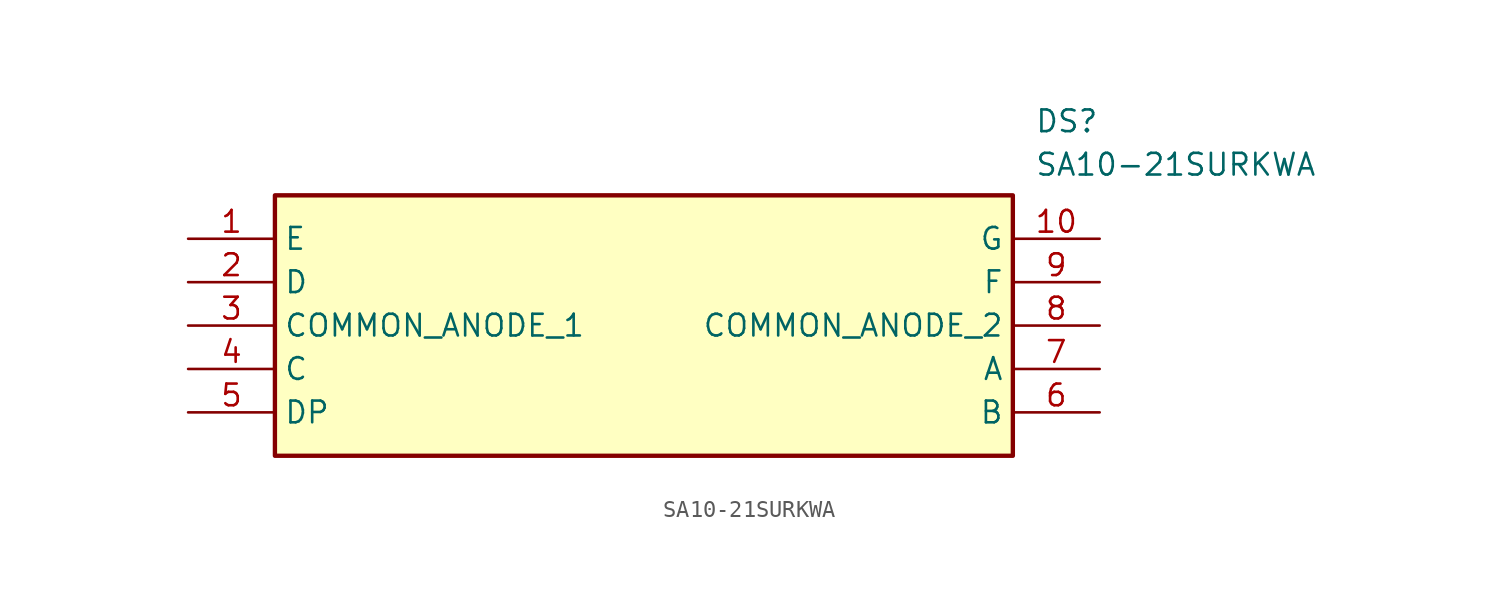
<source format=kicad_sym>
(kicad_symbol_lib
  (version 20211014)
  (generator SamacSys_ECAD_Model)
  (symbol "SA10-21SURKWA"
    (property "Reference" "DS"
      (at 49.53 7.62 0)
      (effects (font (size 1.27 1.27)) (justify left top)))
    (property "Value" "SA10-21SURKWA"
      (at 49.53 5.08 0)
      (effects (font (size 1.27 1.27)) (justify left top)))
    (rectangle
      (start 5.08 2.54)
      (end 48.26 -12.7)
      (stroke (width 0.254) (type default))
      (fill (type background)))
    (pin passive line
      (at 0 0 0)
      (length 5.08)
      (name "E" (effects (font (size 1.27 1.27))))
      (number "1" (effects (font (size 1.27 1.27)))))
    (pin passive line
      (at 0 -2.54 0)
      (length 5.08)
      (name "D" (effects (font (size 1.27 1.27))))
      (number "2" (effects (font (size 1.27 1.27)))))
    (pin passive line
      (at 0 -5.08 0)
      (length 5.08)
      (name "COMMON_ANODE_1" (effects (font (size 1.27 1.27))))
      (number "3" (effects (font (size 1.27 1.27)))))
    (pin passive line
      (at 0 -7.62 0)
      (length 5.08)
      (name "C" (effects (font (size 1.27 1.27))))
      (number "4" (effects (font (size 1.27 1.27)))))
    (pin passive line
      (at 0 -10.16 0)
      (length 5.08)
      (name "DP" (effects (font (size 1.27 1.27))))
      (number "5" (effects (font (size 1.27 1.27)))))
    (pin passive line
      (at 53.34 0 180)
      (length 5.08)
      (name "G" (effects (font (size 1.27 1.27))))
      (number "10" (effects (font (size 1.27 1.27)))))
    (pin passive line
      (at 53.34 -2.54 180)
      (length 5.08)
      (name "F" (effects (font (size 1.27 1.27))))
      (number "9" (effects (font (size 1.27 1.27)))))
    (pin passive line
      (at 53.34 -5.08 180)
      (length 5.08)
      (name "COMMON_ANODE_2" (effects (font (size 1.27 1.27))))
      (number "8" (effects (font (size 1.27 1.27)))))
    (pin passive line
      (at 53.34 -7.62 180)
      (length 5.08)
      (name "A" (effects (font (size 1.27 1.27))))
      (number "7" (effects (font (size 1.27 1.27)))))
    (pin passive line
      (at 53.34 -10.16 180)
      (length 5.08)
      (name "B" (effects (font (size 1.27 1.27))))
      (number "6" (effects (font (size 1.27 1.27)))))))
</source>
